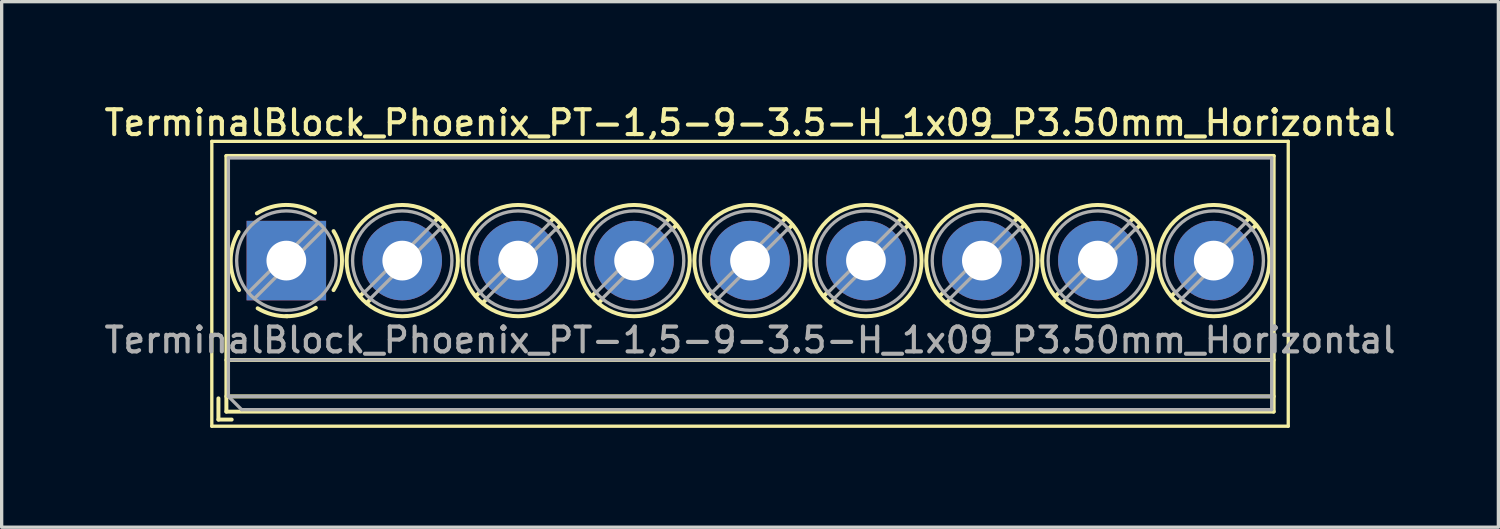
<source format=kicad_pcb>
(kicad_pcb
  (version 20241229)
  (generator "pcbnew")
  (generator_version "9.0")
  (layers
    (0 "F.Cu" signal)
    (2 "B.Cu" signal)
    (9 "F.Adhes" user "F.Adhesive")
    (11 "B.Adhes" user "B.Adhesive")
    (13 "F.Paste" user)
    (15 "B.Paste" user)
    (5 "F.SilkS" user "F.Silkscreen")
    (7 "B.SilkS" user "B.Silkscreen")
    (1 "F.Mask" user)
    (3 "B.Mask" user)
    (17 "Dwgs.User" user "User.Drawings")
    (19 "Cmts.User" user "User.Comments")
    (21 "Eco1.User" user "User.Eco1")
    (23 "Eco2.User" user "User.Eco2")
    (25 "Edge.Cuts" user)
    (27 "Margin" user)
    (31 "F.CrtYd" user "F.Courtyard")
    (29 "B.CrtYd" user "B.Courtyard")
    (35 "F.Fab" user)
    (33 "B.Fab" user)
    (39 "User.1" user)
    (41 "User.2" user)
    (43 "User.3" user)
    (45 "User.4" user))
  (footprint "TerminalBlock_Phoenix_PT-1,5-9-3.5-H_1x09_P3.50mm_Horizontal"
    (layer "F.Cu")
    (at 5.595 4.818)
    (property "Reference" "TerminalBlock_Phoenix_PT-1,5-9-3.5-H_1x09_P3.50mm_Horizontal" (at 14 -4.16 0) (layer "F.SilkS") (effects (font (size 0.75 0.75) (thickness 0.125))))
    (attr through_hole)
    (fp_line (start -2.25 -3.6) (end -2.25 5) (stroke (width 0.1) (type solid)) (layer "F.SilkS"))
    (fp_line (start -2.25 5) (end 30.25 5) (stroke (width 0.1) (type solid)) (layer "F.SilkS"))
    (fp_line (start -2.05 4.16) (end -2.05 4.8) (stroke (width 0.12) (type solid)) (layer "F.SilkS"))
    (fp_line (start -2.05 4.8) (end -1.65 4.8) (stroke (width 0.12) (type solid)) (layer "F.SilkS"))
    (fp_line (start -1.81 -3.16) (end -1.81 4.56) (stroke (width 0.12) (type solid)) (layer "F.SilkS"))
    (fp_line (start -1.81 -3.16) (end 29.81 -3.16) (stroke (width 0.12) (type solid)) (layer "F.SilkS"))
    (fp_line (start -1.81 3) (end 29.81 3) (stroke (width 0.12) (type solid)) (layer "F.SilkS"))
    (fp_line (start -1.81 4.1) (end 29.81 4.1) (stroke (width 0.12) (type solid)) (layer "F.SilkS"))
    (fp_line (start -1.81 4.56) (end 29.81 4.56) (stroke (width 0.12) (type solid)) (layer "F.SilkS"))
    (fp_line (start 2.355 0.941) (end 2.226 1.069) (stroke (width 0.12) (type solid)) (layer "F.SilkS"))
    (fp_line (start 2.525 1.181) (end 2.431 1.274) (stroke (width 0.12) (type solid)) (layer "F.SilkS"))
    (fp_line (start 4.57 -1.275) (end 4.476 -1.181) (stroke (width 0.12) (type solid)) (layer "F.SilkS"))
    (fp_line (start 4.775 -1.069) (end 4.646 -0.941) (stroke (width 0.12) (type solid)) (layer "F.SilkS"))
    (fp_line (start 5.855 0.941) (end 5.726 1.069) (stroke (width 0.12) (type solid)) (layer "F.SilkS"))
    (fp_line (start 6.025 1.181) (end 5.931 1.274) (stroke (width 0.12) (type solid)) (layer "F.SilkS"))
    (fp_line (start 8.07 -1.275) (end 7.976 -1.181) (stroke (width 0.12) (type solid)) (layer "F.SilkS"))
    (fp_line (start 8.275 -1.069) (end 8.146 -0.941) (stroke (width 0.12) (type solid)) (layer "F.SilkS"))
    (fp_line (start 9.355 0.941) (end 9.226 1.069) (stroke (width 0.12) (type solid)) (layer "F.SilkS"))
    (fp_line (start 9.525 1.181) (end 9.431 1.274) (stroke (width 0.12) (type solid)) (layer "F.SilkS"))
    (fp_line (start 11.57 -1.275) (end 11.476 -1.181) (stroke (width 0.12) (type solid)) (layer "F.SilkS"))
    (fp_line (start 11.775 -1.069) (end 11.646 -0.941) (stroke (width 0.12) (type solid)) (layer "F.SilkS"))
    (fp_line (start 12.855 0.941) (end 12.726 1.069) (stroke (width 0.12) (type solid)) (layer "F.SilkS"))
    (fp_line (start 13.025 1.181) (end 12.931 1.274) (stroke (width 0.12) (type solid)) (layer "F.SilkS"))
    (fp_line (start 15.07 -1.275) (end 14.976 -1.181) (stroke (width 0.12) (type solid)) (layer "F.SilkS"))
    (fp_line (start 15.275 -1.069) (end 15.146 -0.941) (stroke (width 0.12) (type solid)) (layer "F.SilkS"))
    (fp_line (start 16.355 0.941) (end 16.226 1.069) (stroke (width 0.12) (type solid)) (layer "F.SilkS"))
    (fp_line (start 16.525 1.181) (end 16.431 1.274) (stroke (width 0.12) (type solid)) (layer "F.SilkS"))
    (fp_line (start 18.57 -1.275) (end 18.476 -1.181) (stroke (width 0.12) (type solid)) (layer "F.SilkS"))
    (fp_line (start 18.775 -1.069) (end 18.646 -0.941) (stroke (width 0.12) (type solid)) (layer "F.SilkS"))
    (fp_line (start 19.855 0.941) (end 19.726 1.069) (stroke (width 0.12) (type solid)) (layer "F.SilkS"))
    (fp_line (start 20.025 1.181) (end 19.931 1.274) (stroke (width 0.12) (type solid)) (layer "F.SilkS"))
    (fp_line (start 22.07 -1.275) (end 21.976 -1.181) (stroke (width 0.12) (type solid)) (layer "F.SilkS"))
    (fp_line (start 22.275 -1.069) (end 22.146 -0.941) (stroke (width 0.12) (type solid)) (layer "F.SilkS"))
    (fp_line (start 23.355 0.941) (end 23.226 1.069) (stroke (width 0.12) (type solid)) (layer "F.SilkS"))
    (fp_line (start 23.525 1.181) (end 23.431 1.274) (stroke (width 0.12) (type solid)) (layer "F.SilkS"))
    (fp_line (start 25.57 -1.275) (end 25.476 -1.181) (stroke (width 0.12) (type solid)) (layer "F.SilkS"))
    (fp_line (start 25.775 -1.069) (end 25.646 -0.941) (stroke (width 0.12) (type solid)) (layer "F.SilkS"))
    (fp_line (start 26.855 0.941) (end 26.726 1.069) (stroke (width 0.12) (type solid)) (layer "F.SilkS"))
    (fp_line (start 27.025 1.181) (end 26.931 1.274) (stroke (width 0.12) (type solid)) (layer "F.SilkS"))
    (fp_line (start 29.07 -1.275) (end 28.976 -1.181) (stroke (width 0.12) (type solid)) (layer "F.SilkS"))
    (fp_line (start 29.275 -1.069) (end 29.146 -0.941) (stroke (width 0.12) (type solid)) (layer "F.SilkS"))
    (fp_line (start 29.81 -3.16) (end 29.81 4.56) (stroke (width 0.12) (type solid)) (layer "F.SilkS"))
    (fp_line (start 30.25 -3.6) (end -2.25 -3.6) (stroke (width 0.1) (type solid)) (layer "F.SilkS"))
    (fp_line (start 30.25 5) (end 30.25 -3.6) (stroke (width 0.1) (type solid)) (layer "F.SilkS"))
    (fp_arc (start -1.425358 0.889894) (mid -1.680286 0.014012) (end -1.44 -0.866) (stroke (width 0.12) (type solid)) (layer "F.SilkS"))
    (fp_arc (start -0.889894 -1.425358) (mid -0.014012 -1.680286) (end 0.866 -1.44) (stroke (width 0.12) (type solid)) (layer "F.SilkS"))
    (fp_arc (start 0.028674 1.680099) (mid -0.435535 1.622918) (end -0.866 1.44) (stroke (width 0.12) (type solid)) (layer "F.SilkS"))
    (fp_arc (start 0.890264 1.424721) (mid 0.463071 1.61492) (end 0 1.68) (stroke (width 0.12) (type solid)) (layer "F.SilkS"))
    (fp_arc (start 1.425504 -0.890193) (mid 1.680626 0.000476) (end 1.425 0.891) (stroke (width 0.12) (type solid)) (layer "F.SilkS"))
    (fp_circle (center 3.5 0) (end 5.18 0) (stroke (width 0.12) (type solid)) (fill no) (layer "F.SilkS"))
    (fp_circle (center 7 0) (end 8.68 0) (stroke (width 0.12) (type solid)) (fill no) (layer "F.SilkS"))
    (fp_circle (center 10.5 0) (end 12.18 0) (stroke (width 0.12) (type solid)) (fill no) (layer "F.SilkS"))
    (fp_circle (center 14 0) (end 15.68 0) (stroke (width 0.12) (type solid)) (fill no) (layer "F.SilkS"))
    (fp_circle (center 17.5 0) (end 19.18 0) (stroke (width 0.12) (type solid)) (fill no) (layer "F.SilkS"))
    (fp_circle (center 21 0) (end 22.68 0) (stroke (width 0.12) (type solid)) (fill no) (layer "F.SilkS"))
    (fp_circle (center 24.5 0) (end 26.18 0) (stroke (width 0.12) (type solid)) (fill no) (layer "F.SilkS"))
    (fp_circle (center 28 0) (end 29.68 0) (stroke (width 0.12) (type solid)) (fill no) (layer "F.SilkS"))
    (fp_line (start -1.75 -3.1) (end 29.75 -3.1) (stroke (width 0.1) (type solid)) (layer "F.Fab"))
    (fp_line (start -1.75 3) (end 29.75 3) (stroke (width 0.1) (type solid)) (layer "F.Fab"))
    (fp_line (start -1.75 4.1) (end -1.75 -3.1) (stroke (width 0.1) (type solid)) (layer "F.Fab"))
    (fp_line (start -1.75 4.1) (end 29.75 4.1) (stroke (width 0.1) (type solid)) (layer "F.Fab"))
    (fp_line (start -1.35 4.5) (end -1.75 4.1) (stroke (width 0.1) (type solid)) (layer "F.Fab"))
    (fp_line (start 0.955 -1.138) (end -1.138 0.955) (stroke (width 0.1) (type solid)) (layer "F.Fab"))
    (fp_line (start 1.138 -0.955) (end -0.955 1.138) (stroke (width 0.1) (type solid)) (layer "F.Fab"))
    (fp_line (start 4.455 -1.138) (end 2.363 0.955) (stroke (width 0.1) (type solid)) (layer "F.Fab"))
    (fp_line (start 4.638 -0.955) (end 2.546 1.138) (stroke (width 0.1) (type solid)) (layer "F.Fab"))
    (fp_line (start 7.955 -1.138) (end 5.863 0.955) (stroke (width 0.1) (type solid)) (layer "F.Fab"))
    (fp_line (start 8.138 -0.955) (end 6.046 1.138) (stroke (width 0.1) (type solid)) (layer "F.Fab"))
    (fp_line (start 11.455 -1.138) (end 9.363 0.955) (stroke (width 0.1) (type solid)) (layer "F.Fab"))
    (fp_line (start 11.638 -0.955) (end 9.546 1.138) (stroke (width 0.1) (type solid)) (layer "F.Fab"))
    (fp_line (start 14.955 -1.138) (end 12.863 0.955) (stroke (width 0.1) (type solid)) (layer "F.Fab"))
    (fp_line (start 15.138 -0.955) (end 13.046 1.138) (stroke (width 0.1) (type solid)) (layer "F.Fab"))
    (fp_line (start 18.455 -1.138) (end 16.363 0.955) (stroke (width 0.1) (type solid)) (layer "F.Fab"))
    (fp_line (start 18.638 -0.955) (end 16.546 1.138) (stroke (width 0.1) (type solid)) (layer "F.Fab"))
    (fp_line (start 21.955 -1.138) (end 19.863 0.955) (stroke (width 0.1) (type solid)) (layer "F.Fab"))
    (fp_line (start 22.138 -0.955) (end 20.046 1.138) (stroke (width 0.1) (type solid)) (layer "F.Fab"))
    (fp_line (start 25.455 -1.138) (end 23.363 0.955) (stroke (width 0.1) (type solid)) (layer "F.Fab"))
    (fp_line (start 25.638 -0.955) (end 23.546 1.138) (stroke (width 0.1) (type solid)) (layer "F.Fab"))
    (fp_line (start 28.955 -1.138) (end 26.863 0.955) (stroke (width 0.1) (type solid)) (layer "F.Fab"))
    (fp_line (start 29.138 -0.955) (end 27.046 1.138) (stroke (width 0.1) (type solid)) (layer "F.Fab"))
    (fp_line (start 29.75 -3.1) (end 29.75 4.5) (stroke (width 0.1) (type solid)) (layer "F.Fab"))
    (fp_line (start 29.75 4.5) (end -1.35 4.5) (stroke (width 0.1) (type solid)) (layer "F.Fab"))
    (fp_circle (center 0 0) (end 1.5 0) (stroke (width 0.1) (type solid)) (fill no) (layer "F.Fab"))
    (fp_circle (center 3.5 0) (end 5 0) (stroke (width 0.1) (type solid)) (fill no) (layer "F.Fab"))
    (fp_circle (center 7 0) (end 8.5 0) (stroke (width 0.1) (type solid)) (fill no) (layer "F.Fab"))
    (fp_circle (center 10.5 0) (end 12 0) (stroke (width 0.1) (type solid)) (fill no) (layer "F.Fab"))
    (fp_circle (center 14 0) (end 15.5 0) (stroke (width 0.1) (type solid)) (fill no) (layer "F.Fab"))
    (fp_circle (center 17.5 0) (end 19 0) (stroke (width 0.1) (type solid)) (fill no) (layer "F.Fab"))
    (fp_circle (center 21 0) (end 22.5 0) (stroke (width 0.1) (type solid)) (fill no) (layer "F.Fab"))
    (fp_circle (center 24.5 0) (end 26 0) (stroke (width 0.1) (type solid)) (fill no) (layer "F.Fab"))
    (fp_circle (center 28 0) (end 29.5 0) (stroke (width 0.1) (type solid)) (fill no) (layer "F.Fab"))
    (fp_text user "${REFERENCE}" (at 14 2.4 0) (layer "F.Fab") (effects (font (size 0.75 0.75) (thickness 0.125))))
    (pad "1" thru_hole rect (at 0 0) (size 2.4 2.4) (drill 1.2) (layers "*.Cu" "*.Mask"))
    (pad "2" thru_hole circle (at 3.5 0) (size 2.4 2.4) (drill 1.2) (layers "*.Cu" "*.Mask"))
    (pad "3" thru_hole circle (at 7 0) (size 2.4 2.4) (drill 1.2) (layers "*.Cu" "*.Mask"))
    (pad "4" thru_hole circle (at 10.5 0) (size 2.4 2.4) (drill 1.2) (layers "*.Cu" "*.Mask"))
    (pad "5" thru_hole circle (at 14 0) (size 2.4 2.4) (drill 1.2) (layers "*.Cu" "*.Mask"))
    (pad "6" thru_hole circle (at 17.5 0) (size 2.4 2.4) (drill 1.2) (layers "*.Cu" "*.Mask"))
    (pad "7" thru_hole circle (at 21 0) (size 2.4 2.4) (drill 1.2) (layers "*.Cu" "*.Mask"))
    (pad "8" thru_hole circle (at 24.5 0) (size 2.4 2.4) (drill 1.2) (layers "*.Cu" "*.Mask"))
    (pad "9" thru_hole circle (at 28 0) (size 2.4 2.4) (drill 1.2) (layers "*.Cu" "*.Mask")))
  (gr_rect
    (start -3 -3)
    (end 42.189 12.868)
    (stroke (width 0.1) (type default))
    (fill no)
    (layer "Edge.Cuts")))
</source>
